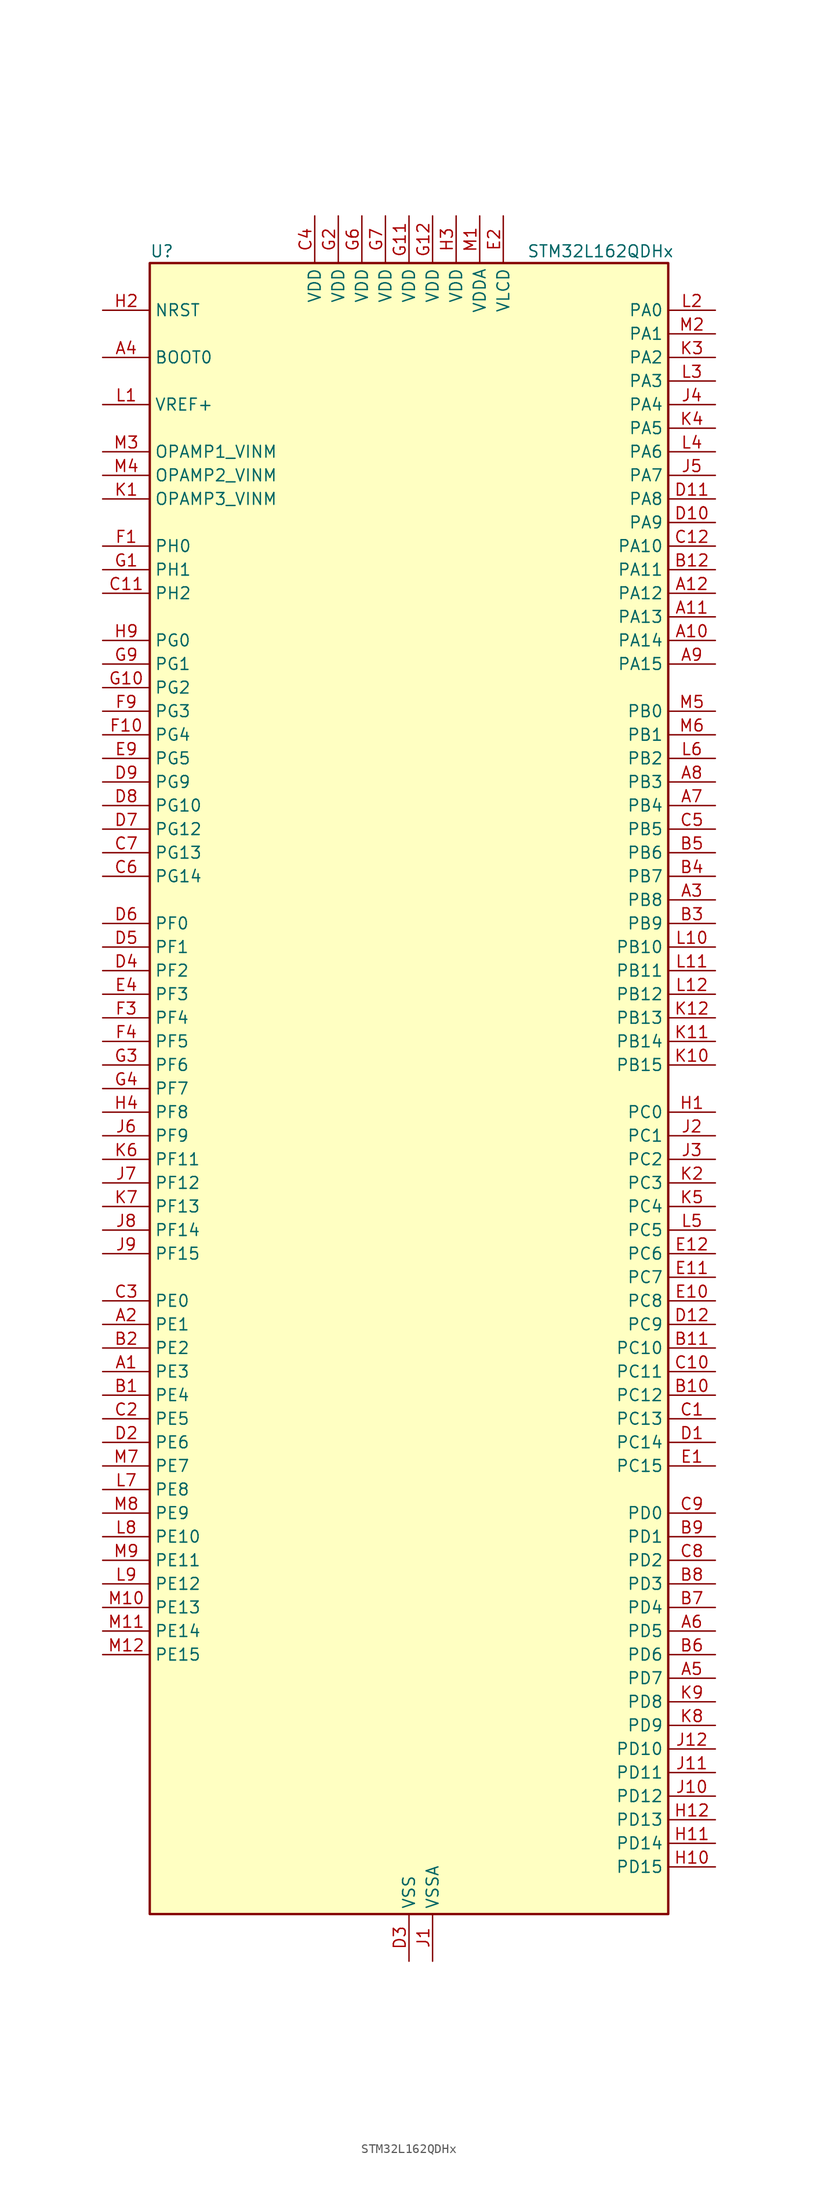
<source format=kicad_sym>
(kicad_symbol_lib
  (version 20241209)
  (generator "kicad_symbol_editor")
  (generator_version "9.0")
  (symbol "STM32L162QDHx"
    (property "Reference" "U"
      (at -27.94 90.17 0)
      (effects (font (size 1.27 1.27)) (justify left)))
    (property "Value" "STM32L162QDHx"
      (at 12.7 90.17 0)
      (effects (font (size 1.27 1.27)) (justify left)))
    (symbol "STM32L162QDHx_0_1"
      (rectangle (start -27.94 -88.9) (end 27.94 88.9) (stroke (width 0.254) (type default)) (fill (type background))))
    (symbol "STM32L162QDHx_1_1"
      (pin input line (at -33.02 83.82 0) (length 5.08) (name "NRST" (effects (font (size 1.27 1.27)))) (number "H2" (effects (font (size 1.27 1.27)))))
      (pin input line (at -33.02 78.74 0) (length 5.08) (name "BOOT0" (effects (font (size 1.27 1.27)))) (number "A4" (effects (font (size 1.27 1.27)))))
      (pin input line (at -33.02 73.66 0) (length 5.08) (name "VREF+" (effects (font (size 1.27 1.27)))) (number "L1" (effects (font (size 1.27 1.27)))))
      (pin input line (at -33.02 68.58 0) (length 5.08) (name "OPAMP1_VINM" (effects (font (size 1.27 1.27)))) (number "M3" (effects (font (size 1.27 1.27)))) (alternate "OPAMP1_VINM" bidirectional line))
      (pin input line (at -33.02 66.04 0) (length 5.08) (name "OPAMP2_VINM" (effects (font (size 1.27 1.27)))) (number "M4" (effects (font (size 1.27 1.27)))) (alternate "OPAMP2_VINM" bidirectional line))
      (pin input line (at -33.02 63.5 0) (length 5.08) (name "OPAMP3_VINM" (effects (font (size 1.27 1.27)))) (number "K1" (effects (font (size 1.27 1.27)))) (alternate "OPAMP3_VINM" bidirectional line))
      (pin bidirectional line (at -33.02 58.42 0) (length 5.08) (name "PH0" (effects (font (size 1.27 1.27)))) (number "F1" (effects (font (size 1.27 1.27)))) (alternate "RCC_OSC_IN" bidirectional line))
      (pin bidirectional line (at -33.02 55.88 0) (length 5.08) (name "PH1" (effects (font (size 1.27 1.27)))) (number "G1" (effects (font (size 1.27 1.27)))) (alternate "RCC_OSC_OUT" bidirectional line))
      (pin bidirectional line (at -33.02 53.34 0) (length 5.08) (name "PH2" (effects (font (size 1.27 1.27)))) (number "C11" (effects (font (size 1.27 1.27)))) (alternate "FSMC_A22" bidirectional line))
      (pin bidirectional line (at -33.02 48.26 0) (length 5.08) (name "PG0" (effects (font (size 1.27 1.27)))) (number "H9" (effects (font (size 1.27 1.27)))) (alternate "ADC_IN8b" bidirectional line) (alternate "FSMC_A10" bidirectional line) (alternate "TS_G2_IO4" bidirectional line))
      (pin bidirectional line (at -33.02 45.72 0) (length 5.08) (name "PG1" (effects (font (size 1.27 1.27)))) (number "G9" (effects (font (size 1.27 1.27)))) (alternate "ADC_IN9b" bidirectional line) (alternate "FSMC_A11" bidirectional line) (alternate "TS_G2_IO5" bidirectional line))
      (pin bidirectional line (at -33.02 43.18 0) (length 5.08) (name "PG2" (effects (font (size 1.27 1.27)))) (number "G10" (effects (font (size 1.27 1.27)))) (alternate "ADC_IN10b" bidirectional line) (alternate "FSMC_A12" bidirectional line) (alternate "TS_G7_IO5" bidirectional line))
      (pin bidirectional line (at -33.02 40.64 0) (length 5.08) (name "PG3" (effects (font (size 1.27 1.27)))) (number "F9" (effects (font (size 1.27 1.27)))) (alternate "ADC_IN11b" bidirectional line) (alternate "FSMC_A13" bidirectional line) (alternate "TS_G7_IO6" bidirectional line))
      (pin bidirectional line (at -33.02 38.1 0) (length 5.08) (name "PG4" (effects (font (size 1.27 1.27)))) (number "F10" (effects (font (size 1.27 1.27)))) (alternate "ADC_IN12b" bidirectional line) (alternate "FSMC_A14" bidirectional line) (alternate "TS_G7_IO7" bidirectional line))
      (pin bidirectional line (at -33.02 35.56 0) (length 5.08) (name "PG5" (effects (font (size 1.27 1.27)))) (number "E9" (effects (font (size 1.27 1.27)))) (alternate "FSMC_A15" bidirectional line))
      (pin bidirectional line (at -33.02 33.02 0) (length 5.08) (name "PG9" (effects (font (size 1.27 1.27)))) (number "D9" (effects (font (size 1.27 1.27)))) (alternate "DAC_EXTI9" bidirectional line) (alternate "FSMC_NE2" bidirectional line))
      (pin bidirectional line (at -33.02 30.48 0) (length 5.08) (name "PG10" (effects (font (size 1.27 1.27)))) (number "D8" (effects (font (size 1.27 1.27)))) (alternate "FSMC_NE3" bidirectional line))
      (pin bidirectional line (at -33.02 27.94 0) (length 5.08) (name "PG12" (effects (font (size 1.27 1.27)))) (number "D7" (effects (font (size 1.27 1.27)))) (alternate "FSMC_NE4" bidirectional line))
      (pin bidirectional line (at -33.02 25.4 0) (length 5.08) (name "PG13" (effects (font (size 1.27 1.27)))) (number "C7" (effects (font (size 1.27 1.27)))) (alternate "FSMC_A24" bidirectional line))
      (pin bidirectional line (at -33.02 22.86 0) (length 5.08) (name "PG14" (effects (font (size 1.27 1.27)))) (number "C6" (effects (font (size 1.27 1.27)))) (alternate "FSMC_A25" bidirectional line))
      (pin bidirectional line (at -33.02 17.78 0) (length 5.08) (name "PF0" (effects (font (size 1.27 1.27)))) (number "D6" (effects (font (size 1.27 1.27)))) (alternate "FSMC_A0" bidirectional line))
      (pin bidirectional line (at -33.02 15.24 0) (length 5.08) (name "PF1" (effects (font (size 1.27 1.27)))) (number "D5" (effects (font (size 1.27 1.27)))) (alternate "FSMC_A1" bidirectional line))
      (pin bidirectional line (at -33.02 12.7 0) (length 5.08) (name "PF2" (effects (font (size 1.27 1.27)))) (number "D4" (effects (font (size 1.27 1.27)))) (alternate "FSMC_A2" bidirectional line))
      (pin bidirectional line (at -33.02 10.16 0) (length 5.08) (name "PF3" (effects (font (size 1.27 1.27)))) (number "E4" (effects (font (size 1.27 1.27)))) (alternate "FSMC_A3" bidirectional line))
      (pin bidirectional line (at -33.02 7.62 0) (length 5.08) (name "PF4" (effects (font (size 1.27 1.27)))) (number "F3" (effects (font (size 1.27 1.27)))) (alternate "FSMC_A4" bidirectional line))
      (pin bidirectional line (at -33.02 5.08 0) (length 5.08) (name "PF5" (effects (font (size 1.27 1.27)))) (number "F4" (effects (font (size 1.27 1.27)))) (alternate "FSMC_A5" bidirectional line))
      (pin bidirectional line (at -33.02 2.54 0) (length 5.08) (name "PF6" (effects (font (size 1.27 1.27)))) (number "G3" (effects (font (size 1.27 1.27)))) (alternate "ADC_IN27" bidirectional line) (alternate "TIM5_CH1" bidirectional line) (alternate "TIM5_ETR" bidirectional line) (alternate "TS_G11_IO1" bidirectional line))
      (pin bidirectional line (at -33.02 0 0) (length 5.08) (name "PF7" (effects (font (size 1.27 1.27)))) (number "G4" (effects (font (size 1.27 1.27)))) (alternate "ADC_IN28" bidirectional line) (alternate "COMP1_INP" bidirectional line) (alternate "TIM5_CH2" bidirectional line) (alternate "TS_G11_IO2" bidirectional line))
      (pin bidirectional line (at -33.02 -2.54 0) (length 5.08) (name "PF8" (effects (font (size 1.27 1.27)))) (number "H4" (effects (font (size 1.27 1.27)))) (alternate "ADC_IN29" bidirectional line) (alternate "COMP1_INP" bidirectional line) (alternate "TIM5_CH3" bidirectional line) (alternate "TS_G11_IO3" bidirectional line))
      (pin bidirectional line (at -33.02 -5.08 0) (length 5.08) (name "PF9" (effects (font (size 1.27 1.27)))) (number "J6" (effects (font (size 1.27 1.27)))) (alternate "ADC_IN30" bidirectional line) (alternate "COMP1_INP" bidirectional line) (alternate "DAC_EXTI9" bidirectional line) (alternate "TIM5_CH4" bidirectional line) (alternate "TS_G11_IO4" bidirectional line))
      (pin bidirectional line (at -33.02 -7.62 0) (length 5.08) (name "PF11" (effects (font (size 1.27 1.27)))) (number "K6" (effects (font (size 1.27 1.27)))) (alternate "ADC_EXTI11" bidirectional line) (alternate "ADC_IN1b" bidirectional line) (alternate "TS_G3_IO4" bidirectional line))
      (pin bidirectional line (at -33.02 -10.16 0) (length 5.08) (name "PF12" (effects (font (size 1.27 1.27)))) (number "J7" (effects (font (size 1.27 1.27)))) (alternate "ADC_IN2b" bidirectional line) (alternate "FSMC_A6" bidirectional line) (alternate "TS_G3_IO5" bidirectional line))
      (pin bidirectional line (at -33.02 -12.7 0) (length 5.08) (name "PF13" (effects (font (size 1.27 1.27)))) (number "K7" (effects (font (size 1.27 1.27)))) (alternate "ADC_IN3b" bidirectional line) (alternate "FSMC_A7" bidirectional line) (alternate "TS_G9_IO3" bidirectional line))
      (pin bidirectional line (at -33.02 -15.24 0) (length 5.08) (name "PF14" (effects (font (size 1.27 1.27)))) (number "J8" (effects (font (size 1.27 1.27)))) (alternate "ADC_IN6b" bidirectional line) (alternate "FSMC_A8" bidirectional line) (alternate "TS_G9_IO4" bidirectional line))
      (pin bidirectional line (at -33.02 -17.78 0) (length 5.08) (name "PF15" (effects (font (size 1.27 1.27)))) (number "J9" (effects (font (size 1.27 1.27)))) (alternate "ADC_EXTI15" bidirectional line) (alternate "ADC_IN7b" bidirectional line) (alternate "FSMC_A9" bidirectional line) (alternate "TS_G2_IO3" bidirectional line))
      (pin bidirectional line (at -33.02 -22.86 0) (length 5.08) (name "PE0" (effects (font (size 1.27 1.27)))) (number "C3" (effects (font (size 1.27 1.27)))) (alternate "FSMC_NBL0" bidirectional line) (alternate "LCD_SEG36" bidirectional line) (alternate "TIM10_CH1" bidirectional line) (alternate "TIM4_ETR" bidirectional line) (alternate "TIMX_IC1" bidirectional line))
      (pin bidirectional line (at -33.02 -25.4 0) (length 5.08) (name "PE1" (effects (font (size 1.27 1.27)))) (number "A2" (effects (font (size 1.27 1.27)))) (alternate "FSMC_NBL1" bidirectional line) (alternate "LCD_SEG37" bidirectional line) (alternate "TIM11_CH1" bidirectional line) (alternate "TIMX_IC2" bidirectional line))
      (pin bidirectional line (at -33.02 -27.94 0) (length 5.08) (name "PE2" (effects (font (size 1.27 1.27)))) (number "B2" (effects (font (size 1.27 1.27)))) (alternate "FSMC_A23" bidirectional line) (alternate "LCD_SEG38" bidirectional line) (alternate "SYS_TRACECK" bidirectional line) (alternate "TIM3_ETR" bidirectional line) (alternate "TIMX_IC3" bidirectional line))
      (pin bidirectional line (at -33.02 -30.48 0) (length 5.08) (name "PE3" (effects (font (size 1.27 1.27)))) (number "A1" (effects (font (size 1.27 1.27)))) (alternate "FSMC_A19" bidirectional line) (alternate "LCD_SEG39" bidirectional line) (alternate "SYS_TRACED0" bidirectional line) (alternate "TIM3_CH1" bidirectional line) (alternate "TIMX_IC4" bidirectional line))
      (pin bidirectional line (at -33.02 -33.02 0) (length 5.08) (name "PE4" (effects (font (size 1.27 1.27)))) (number "B1" (effects (font (size 1.27 1.27)))) (alternate "FSMC_A20" bidirectional line) (alternate "SYS_TRACED1" bidirectional line) (alternate "TIM3_CH2" bidirectional line) (alternate "TIMX_IC1" bidirectional line))
      (pin bidirectional line (at -33.02 -35.56 0) (length 5.08) (name "PE5" (effects (font (size 1.27 1.27)))) (number "C2" (effects (font (size 1.27 1.27)))) (alternate "FSMC_A21" bidirectional line) (alternate "SYS_TRACED2" bidirectional line) (alternate "TIM9_CH1" bidirectional line) (alternate "TIMX_IC2" bidirectional line))
      (pin bidirectional line (at -33.02 -38.1 0) (length 5.08) (name "PE6" (effects (font (size 1.27 1.27)))) (number "D2" (effects (font (size 1.27 1.27)))) (alternate "RTC_TAMP3" bidirectional line) (alternate "SYS_TRACED3" bidirectional line) (alternate "SYS_WKUP3" bidirectional line) (alternate "TIM9_CH2" bidirectional line) (alternate "TIMX_IC3" bidirectional line))
      (pin bidirectional line (at -33.02 -40.64 0) (length 5.08) (name "PE7" (effects (font (size 1.27 1.27)))) (number "M7" (effects (font (size 1.27 1.27)))) (alternate "ADC_IN22" bidirectional line) (alternate "COMP1_INP" bidirectional line) (alternate "FSMC_D4" bidirectional line) (alternate "FSMC_DA4" bidirectional line) (alternate "TIMX_IC4" bidirectional line))
      (pin bidirectional line (at -33.02 -43.18 0) (length 5.08) (name "PE8" (effects (font (size 1.27 1.27)))) (number "L7" (effects (font (size 1.27 1.27)))) (alternate "ADC_IN23" bidirectional line) (alternate "COMP1_INP" bidirectional line) (alternate "FSMC_D5" bidirectional line) (alternate "FSMC_DA5" bidirectional line) (alternate "TIMX_IC1" bidirectional line))
      (pin bidirectional line (at -33.02 -45.72 0) (length 5.08) (name "PE9" (effects (font (size 1.27 1.27)))) (number "M8" (effects (font (size 1.27 1.27)))) (alternate "ADC_IN24" bidirectional line) (alternate "COMP1_INP" bidirectional line) (alternate "DAC_EXTI9" bidirectional line) (alternate "FSMC_D6" bidirectional line) (alternate "FSMC_DA6" bidirectional line) (alternate "TIM2_CH1" bidirectional line) (alternate "TIM2_ETR" bidirectional line) (alternate "TIMX_IC2" bidirectional line))
      (pin bidirectional line (at -33.02 -48.26 0) (length 5.08) (name "PE10" (effects (font (size 1.27 1.27)))) (number "L8" (effects (font (size 1.27 1.27)))) (alternate "ADC_IN25" bidirectional line) (alternate "COMP1_INP" bidirectional line) (alternate "FSMC_D7" bidirectional line) (alternate "FSMC_DA7" bidirectional line) (alternate "TIM2_CH2" bidirectional line) (alternate "TIMX_IC3" bidirectional line))
      (pin bidirectional line (at -33.02 -50.8 0) (length 5.08) (name "PE11" (effects (font (size 1.27 1.27)))) (number "M9" (effects (font (size 1.27 1.27)))) (alternate "ADC_EXTI11" bidirectional line) (alternate "FSMC_D8" bidirectional line) (alternate "FSMC_DA8" bidirectional line) (alternate "TIM2_CH3" bidirectional line) (alternate "TIMX_IC4" bidirectional line))
      (pin bidirectional line (at -33.02 -53.34 0) (length 5.08) (name "PE12" (effects (font (size 1.27 1.27)))) (number "L9" (effects (font (size 1.27 1.27)))) (alternate "FSMC_D9" bidirectional line) (alternate "FSMC_DA9" bidirectional line) (alternate "SPI1_NSS" bidirectional line) (alternate "TIM2_CH4" bidirectional line) (alternate "TIMX_IC1" bidirectional line))
      (pin bidirectional line (at -33.02 -55.88 0) (length 5.08) (name "PE13" (effects (font (size 1.27 1.27)))) (number "M10" (effects (font (size 1.27 1.27)))) (alternate "FSMC_D10" bidirectional line) (alternate "FSMC_DA10" bidirectional line) (alternate "SPI1_SCK" bidirectional line) (alternate "TIMX_IC2" bidirectional line))
      (pin bidirectional line (at -33.02 -58.42 0) (length 5.08) (name "PE14" (effects (font (size 1.27 1.27)))) (number "M11" (effects (font (size 1.27 1.27)))) (alternate "FSMC_D11" bidirectional line) (alternate "FSMC_DA11" bidirectional line) (alternate "SPI1_MISO" bidirectional line) (alternate "TIMX_IC3" bidirectional line))
      (pin bidirectional line (at -33.02 -60.96 0) (length 5.08) (name "PE15" (effects (font (size 1.27 1.27)))) (number "M12" (effects (font (size 1.27 1.27)))) (alternate "ADC_EXTI15" bidirectional line) (alternate "FSMC_D12" bidirectional line) (alternate "FSMC_DA12" bidirectional line) (alternate "SPI1_MOSI" bidirectional line) (alternate "TIMX_IC4" bidirectional line))
      (pin power_in line (at -10.16 93.98 270) (length 5.08) (name "VDD" (effects (font (size 1.27 1.27)))) (number "C4" (effects (font (size 1.27 1.27)))))
      (pin power_in line (at -7.62 93.98 270) (length 5.08) (name "VDD" (effects (font (size 1.27 1.27)))) (number "G2" (effects (font (size 1.27 1.27)))))
      (pin power_in line (at -5.08 93.98 270) (length 5.08) (name "VDD" (effects (font (size 1.27 1.27)))) (number "G6" (effects (font (size 1.27 1.27)))))
      (pin power_in line (at -2.54 93.98 270) (length 5.08) (name "VDD" (effects (font (size 1.27 1.27)))) (number "G7" (effects (font (size 1.27 1.27)))))
      (pin power_in line (at 0 93.98 270) (length 5.08) (name "VDD" (effects (font (size 1.27 1.27)))) (number "G11" (effects (font (size 1.27 1.27)))))
      (pin power_in line (at 0 -93.98 90) (length 5.08) (name "VSS" (effects (font (size 1.27 1.27)))) (number "D3" (effects (font (size 1.27 1.27)))))
      (pin passive line (at 0 -93.98 90) (length 5.08) (hide yes) (name "VSS" (effects (font (size 1.27 1.27)))) (number "E3" (effects (font (size 1.27 1.27)))))
      (pin passive line (at 0 -93.98 90) (length 5.08) (hide yes) (name "VSS" (effects (font (size 1.27 1.27)))) (number "F11" (effects (font (size 1.27 1.27)))))
      (pin passive line (at 0 -93.98 90) (length 5.08) (hide yes) (name "VSS" (effects (font (size 1.27 1.27)))) (number "F12" (effects (font (size 1.27 1.27)))))
      (pin passive line (at 0 -93.98 90) (length 5.08) (hide yes) (name "VSS" (effects (font (size 1.27 1.27)))) (number "F2" (effects (font (size 1.27 1.27)))))
      (pin passive line (at 0 -93.98 90) (length 5.08) (hide yes) (name "VSS" (effects (font (size 1.27 1.27)))) (number "F6" (effects (font (size 1.27 1.27)))))
      (pin passive line (at 0 -93.98 90) (length 5.08) (hide yes) (name "VSS" (effects (font (size 1.27 1.27)))) (number "F7" (effects (font (size 1.27 1.27)))))
      (pin power_in line (at 2.54 93.98 270) (length 5.08) (name "VDD" (effects (font (size 1.27 1.27)))) (number "G12" (effects (font (size 1.27 1.27)))))
      (pin power_in line (at 2.54 -93.98 90) (length 5.08) (name "VSSA" (effects (font (size 1.27 1.27)))) (number "J1" (effects (font (size 1.27 1.27)))))
      (pin power_in line (at 5.08 93.98 270) (length 5.08) (name "VDD" (effects (font (size 1.27 1.27)))) (number "H3" (effects (font (size 1.27 1.27)))))
      (pin power_in line (at 7.62 93.98 270) (length 5.08) (name "VDDA" (effects (font (size 1.27 1.27)))) (number "M1" (effects (font (size 1.27 1.27)))))
      (pin power_in line (at 10.16 93.98 270) (length 5.08) (name "VLCD" (effects (font (size 1.27 1.27)))) (number "E2" (effects (font (size 1.27 1.27)))))
      (pin bidirectional line (at 33.02 83.82 180) (length 5.08) (name "PA0" (effects (font (size 1.27 1.27)))) (number "L2" (effects (font (size 1.27 1.27)))) (alternate "ADC_IN0" bidirectional line) (alternate "COMP1_INP" bidirectional line) (alternate "RTC_TAMP2" bidirectional line) (alternate "SYS_WKUP1" bidirectional line) (alternate "TIM2_CH1" bidirectional line) (alternate "TIM2_ETR" bidirectional line) (alternate "TIM5_CH1" bidirectional line) (alternate "TIMX_IC1" bidirectional line) (alternate "TS_G1_IO1" bidirectional line) (alternate "USART2_CTS" bidirectional line))
      (pin bidirectional line (at 33.02 81.28 180) (length 5.08) (name "PA1" (effects (font (size 1.27 1.27)))) (number "M2" (effects (font (size 1.27 1.27)))) (alternate "ADC_IN1" bidirectional line) (alternate "COMP1_INP" bidirectional line) (alternate "LCD_SEG0" bidirectional line) (alternate "OPAMP1_VINP" bidirectional line) (alternate "TIM2_CH2" bidirectional line) (alternate "TIM5_CH2" bidirectional line) (alternate "TIMX_IC2" bidirectional line) (alternate "TS_G1_IO2" bidirectional line) (alternate "USART2_RTS" bidirectional line))
      (pin bidirectional line (at 33.02 78.74 180) (length 5.08) (name "PA2" (effects (font (size 1.27 1.27)))) (number "K3" (effects (font (size 1.27 1.27)))) (alternate "ADC_IN2" bidirectional line) (alternate "COMP1_INP" bidirectional line) (alternate "LCD_SEG1" bidirectional line) (alternate "TIM2_CH3" bidirectional line) (alternate "TIM5_CH3" bidirectional line) (alternate "TIM9_CH1" bidirectional line) (alternate "TIMX_IC3" bidirectional line) (alternate "TS_G1_IO3" bidirectional line) (alternate "USART2_TX" bidirectional line))
      (pin bidirectional line (at 33.02 76.2 180) (length 5.08) (name "PA3" (effects (font (size 1.27 1.27)))) (number "L3" (effects (font (size 1.27 1.27)))) (alternate "ADC_IN3" bidirectional line) (alternate "COMP1_INP" bidirectional line) (alternate "LCD_SEG2" bidirectional line) (alternate "OPAMP1_VOUT" bidirectional line) (alternate "TIM2_CH4" bidirectional line) (alternate "TIM5_CH4" bidirectional line) (alternate "TIM9_CH2" bidirectional line) (alternate "TIMX_IC4" bidirectional line) (alternate "TS_G1_IO4" bidirectional line) (alternate "USART2_RX" bidirectional line))
      (pin bidirectional line (at 33.02 73.66 180) (length 5.08) (name "PA4" (effects (font (size 1.27 1.27)))) (number "J4" (effects (font (size 1.27 1.27)))) (alternate "ADC_IN4" bidirectional line) (alternate "COMP1_INP" bidirectional line) (alternate "DAC_OUT1" bidirectional line) (alternate "I2S3_WS" bidirectional line) (alternate "SPI1_NSS" bidirectional line) (alternate "SPI3_NSS" bidirectional line) (alternate "TIMX_IC1" bidirectional line) (alternate "USART2_CK" bidirectional line))
      (pin bidirectional line (at 33.02 71.12 180) (length 5.08) (name "PA5" (effects (font (size 1.27 1.27)))) (number "K4" (effects (font (size 1.27 1.27)))) (alternate "ADC_IN5" bidirectional line) (alternate "COMP1_INP" bidirectional line) (alternate "DAC_OUT2" bidirectional line) (alternate "SPI1_SCK" bidirectional line) (alternate "TIM2_CH1" bidirectional line) (alternate "TIM2_ETR" bidirectional line) (alternate "TIMX_IC2" bidirectional line))
      (pin bidirectional line (at 33.02 68.58 180) (length 5.08) (name "PA6" (effects (font (size 1.27 1.27)))) (number "L4" (effects (font (size 1.27 1.27)))) (alternate "ADC_IN6" bidirectional line) (alternate "COMP1_INP" bidirectional line) (alternate "LCD_SEG3" bidirectional line) (alternate "OPAMP2_VINP" bidirectional line) (alternate "SPI1_MISO" bidirectional line) (alternate "TIM10_CH1" bidirectional line) (alternate "TIM3_CH1" bidirectional line) (alternate "TIMX_IC3" bidirectional line) (alternate "TS_G2_IO1" bidirectional line))
      (pin bidirectional line (at 33.02 66.04 180) (length 5.08) (name "PA7" (effects (font (size 1.27 1.27)))) (number "J5" (effects (font (size 1.27 1.27)))) (alternate "ADC_IN7" bidirectional line) (alternate "COMP1_INP" bidirectional line) (alternate "LCD_SEG4" bidirectional line) (alternate "SPI1_MOSI" bidirectional line) (alternate "TIM11_CH1" bidirectional line) (alternate "TIM3_CH2" bidirectional line) (alternate "TIMX_IC4" bidirectional line) (alternate "TS_G2_IO2" bidirectional line))
      (pin bidirectional line (at 33.02 63.5 180) (length 5.08) (name "PA8" (effects (font (size 1.27 1.27)))) (number "D11" (effects (font (size 1.27 1.27)))) (alternate "LCD_COM0" bidirectional line) (alternate "RCC_MCO" bidirectional line) (alternate "TIMX_IC1" bidirectional line) (alternate "TS_G4_IO1" bidirectional line) (alternate "USART1_CK" bidirectional line))
      (pin bidirectional line (at 33.02 60.96 180) (length 5.08) (name "PA9" (effects (font (size 1.27 1.27)))) (number "D10" (effects (font (size 1.27 1.27)))) (alternate "DAC_EXTI9" bidirectional line) (alternate "LCD_COM1" bidirectional line) (alternate "TIMX_IC2" bidirectional line) (alternate "TS_G4_IO2" bidirectional line) (alternate "USART1_TX" bidirectional line))
      (pin bidirectional line (at 33.02 58.42 180) (length 5.08) (name "PA10" (effects (font (size 1.27 1.27)))) (number "C12" (effects (font (size 1.27 1.27)))) (alternate "LCD_COM2" bidirectional line) (alternate "TIMX_IC3" bidirectional line) (alternate "TS_G4_IO3" bidirectional line) (alternate "USART1_RX" bidirectional line))
      (pin bidirectional line (at 33.02 55.88 180) (length 5.08) (name "PA11" (effects (font (size 1.27 1.27)))) (number "B12" (effects (font (size 1.27 1.27)))) (alternate "ADC_EXTI11" bidirectional line) (alternate "SPI1_MISO" bidirectional line) (alternate "TIMX_IC4" bidirectional line) (alternate "USART1_CTS" bidirectional line) (alternate "USB_DM" bidirectional line))
      (pin bidirectional line (at 33.02 53.34 180) (length 5.08) (name "PA12" (effects (font (size 1.27 1.27)))) (number "A12" (effects (font (size 1.27 1.27)))) (alternate "SPI1_MOSI" bidirectional line) (alternate "TIMX_IC1" bidirectional line) (alternate "USART1_RTS" bidirectional line) (alternate "USB_DP" bidirectional line))
      (pin bidirectional line (at 33.02 50.8 180) (length 5.08) (name "PA13" (effects (font (size 1.27 1.27)))) (number "A11" (effects (font (size 1.27 1.27)))) (alternate "SYS_JTMS-SWDIO" bidirectional line) (alternate "TIMX_IC2" bidirectional line) (alternate "TS_G5_IO1" bidirectional line))
      (pin bidirectional line (at 33.02 48.26 180) (length 5.08) (name "PA14" (effects (font (size 1.27 1.27)))) (number "A10" (effects (font (size 1.27 1.27)))) (alternate "SYS_JTCK-SWCLK" bidirectional line) (alternate "TIMX_IC3" bidirectional line) (alternate "TS_G5_IO2" bidirectional line))
      (pin bidirectional line (at 33.02 45.72 180) (length 5.08) (name "PA15" (effects (font (size 1.27 1.27)))) (number "A9" (effects (font (size 1.27 1.27)))) (alternate "ADC_EXTI15" bidirectional line) (alternate "I2S3_WS" bidirectional line) (alternate "LCD_SEG17" bidirectional line) (alternate "SPI1_NSS" bidirectional line) (alternate "SPI3_NSS" bidirectional line) (alternate "SYS_JTDI" bidirectional line) (alternate "TIM2_CH1" bidirectional line) (alternate "TIM2_ETR" bidirectional line) (alternate "TIMX_IC4" bidirectional line) (alternate "TS_G5_IO3" bidirectional line))
      (pin bidirectional line (at 33.02 40.64 180) (length 5.08) (name "PB0" (effects (font (size 1.27 1.27)))) (number "M5" (effects (font (size 1.27 1.27)))) (alternate "ADC_IN8" bidirectional line) (alternate "COMP1_INP" bidirectional line) (alternate "LCD_SEG5" bidirectional line) (alternate "OPAMP2_VOUT" bidirectional line) (alternate "SYS_V_REF_OUT" bidirectional line) (alternate "TIM3_CH3" bidirectional line) (alternate "TS_G3_IO1" bidirectional line))
      (pin bidirectional line (at 33.02 38.1 180) (length 5.08) (name "PB1" (effects (font (size 1.27 1.27)))) (number "M6" (effects (font (size 1.27 1.27)))) (alternate "ADC_IN9" bidirectional line) (alternate "COMP1_INP" bidirectional line) (alternate "LCD_SEG6" bidirectional line) (alternate "SYS_V_REF_OUT" bidirectional line) (alternate "TIM3_CH4" bidirectional line) (alternate "TS_G3_IO2" bidirectional line))
      (pin bidirectional line (at 33.02 35.56 180) (length 5.08) (name "PB2" (effects (font (size 1.27 1.27)))) (number "L6" (effects (font (size 1.27 1.27)))) (alternate "ADC_IN0b" bidirectional line) (alternate "TS_G3_IO3" bidirectional line))
      (pin bidirectional line (at 33.02 33.02 180) (length 5.08) (name "PB3" (effects (font (size 1.27 1.27)))) (number "A8" (effects (font (size 1.27 1.27)))) (alternate "COMP2_INM" bidirectional line) (alternate "I2S3_CK" bidirectional line) (alternate "LCD_SEG7" bidirectional line) (alternate "SPI1_SCK" bidirectional line) (alternate "SPI3_SCK" bidirectional line) (alternate "SYS_JTDO-TRACESWO" bidirectional line) (alternate "TIM2_CH2" bidirectional line))
      (pin bidirectional line (at 33.02 30.48 180) (length 5.08) (name "PB4" (effects (font (size 1.27 1.27)))) (number "A7" (effects (font (size 1.27 1.27)))) (alternate "COMP2_INP" bidirectional line) (alternate "LCD_SEG8" bidirectional line) (alternate "SPI1_MISO" bidirectional line) (alternate "SPI3_MISO" bidirectional line) (alternate "SYS_JTRST" bidirectional line) (alternate "TIM3_CH1" bidirectional line) (alternate "TS_G6_IO1" bidirectional line))
      (pin bidirectional line (at 33.02 27.94 180) (length 5.08) (name "PB5" (effects (font (size 1.27 1.27)))) (number "C5" (effects (font (size 1.27 1.27)))) (alternate "COMP2_INP" bidirectional line) (alternate "I2C1_SMBA" bidirectional line) (alternate "I2S3_SD" bidirectional line) (alternate "LCD_SEG9" bidirectional line) (alternate "SPI1_MOSI" bidirectional line) (alternate "SPI3_MOSI" bidirectional line) (alternate "TIM3_CH2" bidirectional line) (alternate "TS_G6_IO2" bidirectional line))
      (pin bidirectional line (at 33.02 25.4 180) (length 5.08) (name "PB6" (effects (font (size 1.27 1.27)))) (number "B5" (effects (font (size 1.27 1.27)))) (alternate "COMP2_INP" bidirectional line) (alternate "I2C1_SCL" bidirectional line) (alternate "TIM4_CH1" bidirectional line) (alternate "TS_G6_IO3" bidirectional line) (alternate "USART1_TX" bidirectional line))
      (pin bidirectional line (at 33.02 22.86 180) (length 5.08) (name "PB7" (effects (font (size 1.27 1.27)))) (number "B4" (effects (font (size 1.27 1.27)))) (alternate "COMP2_INP" bidirectional line) (alternate "FSMC_NL" bidirectional line) (alternate "I2C1_SDA" bidirectional line) (alternate "SYS_PVD_IN" bidirectional line) (alternate "TIM4_CH2" bidirectional line) (alternate "TS_G6_IO4" bidirectional line) (alternate "USART1_RX" bidirectional line))
      (pin bidirectional line (at 33.02 20.32 180) (length 5.08) (name "PB8" (effects (font (size 1.27 1.27)))) (number "A3" (effects (font (size 1.27 1.27)))) (alternate "I2C1_SCL" bidirectional line) (alternate "LCD_SEG16" bidirectional line) (alternate "SDIO_D4" bidirectional line) (alternate "TIM10_CH1" bidirectional line) (alternate "TIM4_CH3" bidirectional line))
      (pin bidirectional line (at 33.02 17.78 180) (length 5.08) (name "PB9" (effects (font (size 1.27 1.27)))) (number "B3" (effects (font (size 1.27 1.27)))) (alternate "DAC_EXTI9" bidirectional line) (alternate "I2C1_SDA" bidirectional line) (alternate "LCD_COM3" bidirectional line) (alternate "SDIO_D5" bidirectional line) (alternate "TIM11_CH1" bidirectional line) (alternate "TIM4_CH4" bidirectional line))
      (pin bidirectional line (at 33.02 15.24 180) (length 5.08) (name "PB10" (effects (font (size 1.27 1.27)))) (number "L10" (effects (font (size 1.27 1.27)))) (alternate "I2C2_SCL" bidirectional line) (alternate "LCD_SEG10" bidirectional line) (alternate "TIM2_CH3" bidirectional line) (alternate "USART3_TX" bidirectional line))
      (pin bidirectional line (at 33.02 12.7 180) (length 5.08) (name "PB11" (effects (font (size 1.27 1.27)))) (number "L11" (effects (font (size 1.27 1.27)))) (alternate "ADC_EXTI11" bidirectional line) (alternate "I2C2_SDA" bidirectional line) (alternate "LCD_SEG11" bidirectional line) (alternate "TIM2_CH4" bidirectional line) (alternate "USART3_RX" bidirectional line))
      (pin bidirectional line (at 33.02 10.16 180) (length 5.08) (name "PB12" (effects (font (size 1.27 1.27)))) (number "L12" (effects (font (size 1.27 1.27)))) (alternate "ADC_IN18" bidirectional line) (alternate "COMP1_INP" bidirectional line) (alternate "I2C2_SMBA" bidirectional line) (alternate "I2S2_WS" bidirectional line) (alternate "LCD_SEG12" bidirectional line) (alternate "SPI2_NSS" bidirectional line) (alternate "TIM10_CH1" bidirectional line) (alternate "TS_G7_IO1" bidirectional line) (alternate "USART3_CK" bidirectional line))
      (pin bidirectional line (at 33.02 7.62 180) (length 5.08) (name "PB13" (effects (font (size 1.27 1.27)))) (number "K12" (effects (font (size 1.27 1.27)))) (alternate "ADC_IN19" bidirectional line) (alternate "COMP1_INP" bidirectional line) (alternate "I2S2_CK" bidirectional line) (alternate "LCD_SEG13" bidirectional line) (alternate "SPI2_SCK" bidirectional line) (alternate "TIM9_CH1" bidirectional line) (alternate "TS_G7_IO2" bidirectional line) (alternate "USART3_CTS" bidirectional line))
      (pin bidirectional line (at 33.02 5.08 180) (length 5.08) (name "PB14" (effects (font (size 1.27 1.27)))) (number "K11" (effects (font (size 1.27 1.27)))) (alternate "ADC_IN20" bidirectional line) (alternate "COMP1_INP" bidirectional line) (alternate "LCD_SEG14" bidirectional line) (alternate "SPI2_MISO" bidirectional line) (alternate "TIM9_CH2" bidirectional line) (alternate "TS_G7_IO3" bidirectional line) (alternate "USART3_RTS" bidirectional line))
      (pin bidirectional line (at 33.02 2.54 180) (length 5.08) (name "PB15" (effects (font (size 1.27 1.27)))) (number "K10" (effects (font (size 1.27 1.27)))) (alternate "ADC_EXTI15" bidirectional line) (alternate "ADC_IN21" bidirectional line) (alternate "COMP1_INP" bidirectional line) (alternate "I2S2_SD" bidirectional line) (alternate "LCD_SEG15" bidirectional line) (alternate "RTC_REFIN" bidirectional line) (alternate "SPI2_MOSI" bidirectional line) (alternate "TIM11_CH1" bidirectional line) (alternate "TS_G7_IO4" bidirectional line))
      (pin bidirectional line (at 33.02 -2.54 180) (length 5.08) (name "PC0" (effects (font (size 1.27 1.27)))) (number "H1" (effects (font (size 1.27 1.27)))) (alternate "ADC_IN10" bidirectional line) (alternate "COMP1_INP" bidirectional line) (alternate "LCD_SEG18" bidirectional line) (alternate "TIMX_IC1" bidirectional line) (alternate "TS_G8_IO1" bidirectional line))
      (pin bidirectional line (at 33.02 -5.08 180) (length 5.08) (name "PC1" (effects (font (size 1.27 1.27)))) (number "J2" (effects (font (size 1.27 1.27)))) (alternate "ADC_IN11" bidirectional line) (alternate "COMP1_INP" bidirectional line) (alternate "LCD_SEG19" bidirectional line) (alternate "OPAMP3_VINP" bidirectional line) (alternate "TIMX_IC2" bidirectional line) (alternate "TS_G8_IO2" bidirectional line))
      (pin bidirectional line (at 33.02 -7.62 180) (length 5.08) (name "PC2" (effects (font (size 1.27 1.27)))) (number "J3" (effects (font (size 1.27 1.27)))) (alternate "ADC_IN12" bidirectional line) (alternate "COMP1_INP" bidirectional line) (alternate "LCD_SEG20" bidirectional line) (alternate "TIMX_IC3" bidirectional line) (alternate "TS_G8_IO3" bidirectional line))
      (pin bidirectional line (at 33.02 -10.16 180) (length 5.08) (name "PC3" (effects (font (size 1.27 1.27)))) (number "K2" (effects (font (size 1.27 1.27)))) (alternate "ADC_IN13" bidirectional line) (alternate "COMP1_INP" bidirectional line) (alternate "LCD_SEG21" bidirectional line) (alternate "OPAMP3_VOUT" bidirectional line) (alternate "TIMX_IC4" bidirectional line) (alternate "TS_G8_IO4" bidirectional line))
      (pin bidirectional line (at 33.02 -12.7 180) (length 5.08) (name "PC4" (effects (font (size 1.27 1.27)))) (number "K5" (effects (font (size 1.27 1.27)))) (alternate "ADC_IN14" bidirectional line) (alternate "COMP1_INP" bidirectional line) (alternate "LCD_SEG22" bidirectional line) (alternate "TIMX_IC1" bidirectional line) (alternate "TS_G9_IO1" bidirectional line))
      (pin bidirectional line (at 33.02 -15.24 180) (length 5.08) (name "PC5" (effects (font (size 1.27 1.27)))) (number "L5" (effects (font (size 1.27 1.27)))) (alternate "ADC_IN15" bidirectional line) (alternate "COMP1_INP" bidirectional line) (alternate "LCD_SEG23" bidirectional line) (alternate "TIMX_IC2" bidirectional line) (alternate "TS_G9_IO2" bidirectional line))
      (pin bidirectional line (at 33.02 -17.78 180) (length 5.08) (name "PC6" (effects (font (size 1.27 1.27)))) (number "E12" (effects (font (size 1.27 1.27)))) (alternate "I2S2_MCK" bidirectional line) (alternate "LCD_SEG24" bidirectional line) (alternate "SDIO_D6" bidirectional line) (alternate "TIM3_CH1" bidirectional line) (alternate "TIMX_IC3" bidirectional line) (alternate "TS_G10_IO1" bidirectional line))
      (pin bidirectional line (at 33.02 -20.32 180) (length 5.08) (name "PC7" (effects (font (size 1.27 1.27)))) (number "E11" (effects (font (size 1.27 1.27)))) (alternate "I2S3_MCK" bidirectional line) (alternate "LCD_SEG25" bidirectional line) (alternate "SDIO_D7" bidirectional line) (alternate "TIM3_CH2" bidirectional line) (alternate "TIMX_IC4" bidirectional line) (alternate "TS_G10_IO2" bidirectional line))
      (pin bidirectional line (at 33.02 -22.86 180) (length 5.08) (name "PC8" (effects (font (size 1.27 1.27)))) (number "E10" (effects (font (size 1.27 1.27)))) (alternate "LCD_SEG26" bidirectional line) (alternate "SDIO_D0" bidirectional line) (alternate "TIM3_CH3" bidirectional line) (alternate "TIMX_IC1" bidirectional line) (alternate "TS_G10_IO3" bidirectional line))
      (pin bidirectional line (at 33.02 -25.4 180) (length 5.08) (name "PC9" (effects (font (size 1.27 1.27)))) (number "D12" (effects (font (size 1.27 1.27)))) (alternate "DAC_EXTI9" bidirectional line) (alternate "LCD_SEG27" bidirectional line) (alternate "SDIO_D1" bidirectional line) (alternate "TIM3_CH4" bidirectional line) (alternate "TIMX_IC2" bidirectional line) (alternate "TS_G10_IO4" bidirectional line))
      (pin bidirectional line (at 33.02 -27.94 180) (length 5.08) (name "PC10" (effects (font (size 1.27 1.27)))) (number "B11" (effects (font (size 1.27 1.27)))) (alternate "I2S3_CK" bidirectional line) (alternate "LCD_COM4" bidirectional line) (alternate "LCD_SEG28" bidirectional line) (alternate "LCD_SEG40" bidirectional line) (alternate "SDIO_D2" bidirectional line) (alternate "SPI3_SCK" bidirectional line) (alternate "TIMX_IC3" bidirectional line) (alternate "UART4_TX" bidirectional line) (alternate "USART3_TX" bidirectional line))
      (pin bidirectional line (at 33.02 -30.48 180) (length 5.08) (name "PC11" (effects (font (size 1.27 1.27)))) (number "C10" (effects (font (size 1.27 1.27)))) (alternate "ADC_EXTI11" bidirectional line) (alternate "LCD_COM5" bidirectional line) (alternate "LCD_SEG29" bidirectional line) (alternate "LCD_SEG41" bidirectional line) (alternate "SDIO_D3" bidirectional line) (alternate "SPI3_MISO" bidirectional line) (alternate "TIMX_IC4" bidirectional line) (alternate "UART4_RX" bidirectional line) (alternate "USART3_RX" bidirectional line))
      (pin bidirectional line (at 33.02 -33.02 180) (length 5.08) (name "PC12" (effects (font (size 1.27 1.27)))) (number "B10" (effects (font (size 1.27 1.27)))) (alternate "I2S3_SD" bidirectional line) (alternate "LCD_COM6" bidirectional line) (alternate "LCD_SEG30" bidirectional line) (alternate "LCD_SEG42" bidirectional line) (alternate "SDIO_CK" bidirectional line) (alternate "SPI3_MOSI" bidirectional line) (alternate "TIMX_IC1" bidirectional line) (alternate "UART5_TX" bidirectional line) (alternate "USART3_CK" bidirectional line))
      (pin bidirectional line (at 33.02 -35.56 180) (length 5.08) (name "PC13" (effects (font (size 1.27 1.27)))) (number "C1" (effects (font (size 1.27 1.27)))) (alternate "RTC_OUT_ALARM" bidirectional line) (alternate "RTC_OUT_CALIB" bidirectional line) (alternate "RTC_TAMP1" bidirectional line) (alternate "RTC_TS" bidirectional line) (alternate "SYS_WKUP2" bidirectional line) (alternate "TIMX_IC2" bidirectional line))
      (pin bidirectional line (at 33.02 -38.1 180) (length 5.08) (name "PC14" (effects (font (size 1.27 1.27)))) (number "D1" (effects (font (size 1.27 1.27)))) (alternate "RCC_OSC32_IN" bidirectional line) (alternate "TIMX_IC3" bidirectional line))
      (pin bidirectional line (at 33.02 -40.64 180) (length 5.08) (name "PC15" (effects (font (size 1.27 1.27)))) (number "E1" (effects (font (size 1.27 1.27)))) (alternate "ADC_EXTI15" bidirectional line) (alternate "RCC_OSC32_OUT" bidirectional line) (alternate "TIMX_IC4" bidirectional line))
      (pin bidirectional line (at 33.02 -45.72 180) (length 5.08) (name "PD0" (effects (font (size 1.27 1.27)))) (number "C9" (effects (font (size 1.27 1.27)))) (alternate "FSMC_D2" bidirectional line) (alternate "FSMC_DA2" bidirectional line) (alternate "I2S2_WS" bidirectional line) (alternate "SPI2_NSS" bidirectional line) (alternate "TIM9_CH1" bidirectional line) (alternate "TIMX_IC1" bidirectional line))
      (pin bidirectional line (at 33.02 -48.26 180) (length 5.08) (name "PD1" (effects (font (size 1.27 1.27)))) (number "B9" (effects (font (size 1.27 1.27)))) (alternate "FSMC_D3" bidirectional line) (alternate "FSMC_DA3" bidirectional line) (alternate "I2S2_CK" bidirectional line) (alternate "SPI2_SCK" bidirectional line) (alternate "TIMX_IC2" bidirectional line))
      (pin bidirectional line (at 33.02 -50.8 180) (length 5.08) (name "PD2" (effects (font (size 1.27 1.27)))) (number "C8" (effects (font (size 1.27 1.27)))) (alternate "LCD_COM7" bidirectional line) (alternate "LCD_SEG31" bidirectional line) (alternate "LCD_SEG43" bidirectional line) (alternate "SDIO_CMD" bidirectional line) (alternate "TIM3_ETR" bidirectional line) (alternate "TIMX_IC3" bidirectional line) (alternate "UART5_RX" bidirectional line))
      (pin bidirectional line (at 33.02 -53.34 180) (length 5.08) (name "PD3" (effects (font (size 1.27 1.27)))) (number "B8" (effects (font (size 1.27 1.27)))) (alternate "FSMC_CLK" bidirectional line) (alternate "SPI2_MISO" bidirectional line) (alternate "TIMX_IC4" bidirectional line) (alternate "USART2_CTS" bidirectional line))
      (pin bidirectional line (at 33.02 -55.88 180) (length 5.08) (name "PD4" (effects (font (size 1.27 1.27)))) (number "B7" (effects (font (size 1.27 1.27)))) (alternate "FSMC_NOE" bidirectional line) (alternate "I2S2_SD" bidirectional line) (alternate "SPI2_MOSI" bidirectional line) (alternate "TIMX_IC1" bidirectional line) (alternate "USART2_RTS" bidirectional line))
      (pin bidirectional line (at 33.02 -58.42 180) (length 5.08) (name "PD5" (effects (font (size 1.27 1.27)))) (number "A6" (effects (font (size 1.27 1.27)))) (alternate "FSMC_NWE" bidirectional line) (alternate "TIMX_IC2" bidirectional line) (alternate "USART2_TX" bidirectional line))
      (pin bidirectional line (at 33.02 -60.96 180) (length 5.08) (name "PD6" (effects (font (size 1.27 1.27)))) (number "B6" (effects (font (size 1.27 1.27)))) (alternate "FSMC_NWAIT" bidirectional line) (alternate "TIMX_IC3" bidirectional line) (alternate "USART2_RX" bidirectional line))
      (pin bidirectional line (at 33.02 -63.5 180) (length 5.08) (name "PD7" (effects (font (size 1.27 1.27)))) (number "A5" (effects (font (size 1.27 1.27)))) (alternate "FSMC_NE1" bidirectional line) (alternate "TIM9_CH2" bidirectional line) (alternate "TIMX_IC4" bidirectional line) (alternate "USART2_CK" bidirectional line))
      (pin bidirectional line (at 33.02 -66.04 180) (length 5.08) (name "PD8" (effects (font (size 1.27 1.27)))) (number "K9" (effects (font (size 1.27 1.27)))) (alternate "FSMC_D13" bidirectional line) (alternate "FSMC_DA13" bidirectional line) (alternate "LCD_SEG28" bidirectional line) (alternate "TIMX_IC1" bidirectional line) (alternate "USART3_TX" bidirectional line))
      (pin bidirectional line (at 33.02 -68.58 180) (length 5.08) (name "PD9" (effects (font (size 1.27 1.27)))) (number "K8" (effects (font (size 1.27 1.27)))) (alternate "DAC_EXTI9" bidirectional line) (alternate "FSMC_D14" bidirectional line) (alternate "FSMC_DA14" bidirectional line) (alternate "LCD_SEG29" bidirectional line) (alternate "TIMX_IC2" bidirectional line) (alternate "USART3_RX" bidirectional line))
      (pin bidirectional line (at 33.02 -71.12 180) (length 5.08) (name "PD10" (effects (font (size 1.27 1.27)))) (number "J12" (effects (font (size 1.27 1.27)))) (alternate "FSMC_D15" bidirectional line) (alternate "FSMC_DA15" bidirectional line) (alternate "LCD_SEG30" bidirectional line) (alternate "TIMX_IC3" bidirectional line) (alternate "USART3_CK" bidirectional line))
      (pin bidirectional line (at 33.02 -73.66 180) (length 5.08) (name "PD11" (effects (font (size 1.27 1.27)))) (number "J11" (effects (font (size 1.27 1.27)))) (alternate "ADC_EXTI11" bidirectional line) (alternate "FSMC_A16" bidirectional line) (alternate "LCD_SEG31" bidirectional line) (alternate "TIMX_IC4" bidirectional line) (alternate "USART3_CTS" bidirectional line))
      (pin bidirectional line (at 33.02 -76.2 180) (length 5.08) (name "PD12" (effects (font (size 1.27 1.27)))) (number "J10" (effects (font (size 1.27 1.27)))) (alternate "FSMC_A17" bidirectional line) (alternate "LCD_SEG32" bidirectional line) (alternate "TIM4_CH1" bidirectional line) (alternate "TIMX_IC1" bidirectional line) (alternate "USART3_RTS" bidirectional line))
      (pin bidirectional line (at 33.02 -78.74 180) (length 5.08) (name "PD13" (effects (font (size 1.27 1.27)))) (number "H12" (effects (font (size 1.27 1.27)))) (alternate "FSMC_A18" bidirectional line) (alternate "LCD_SEG33" bidirectional line) (alternate "TIM4_CH2" bidirectional line) (alternate "TIMX_IC2" bidirectional line))
      (pin bidirectional line (at 33.02 -81.28 180) (length 5.08) (name "PD14" (effects (font (size 1.27 1.27)))) (number "H11" (effects (font (size 1.27 1.27)))) (alternate "FSMC_D0" bidirectional line) (alternate "FSMC_DA0" bidirectional line) (alternate "LCD_SEG34" bidirectional line) (alternate "TIM4_CH3" bidirectional line) (alternate "TIMX_IC3" bidirectional line))
      (pin bidirectional line (at 33.02 -83.82 180) (length 5.08) (name "PD15" (effects (font (size 1.27 1.27)))) (number "H10" (effects (font (size 1.27 1.27)))) (alternate "ADC_EXTI15" bidirectional line) (alternate "FSMC_D1" bidirectional line) (alternate "FSMC_DA1" bidirectional line) (alternate "LCD_SEG35" bidirectional line) (alternate "TIM4_CH4" bidirectional line) (alternate "TIMX_IC4" bidirectional line)))))
</source>
